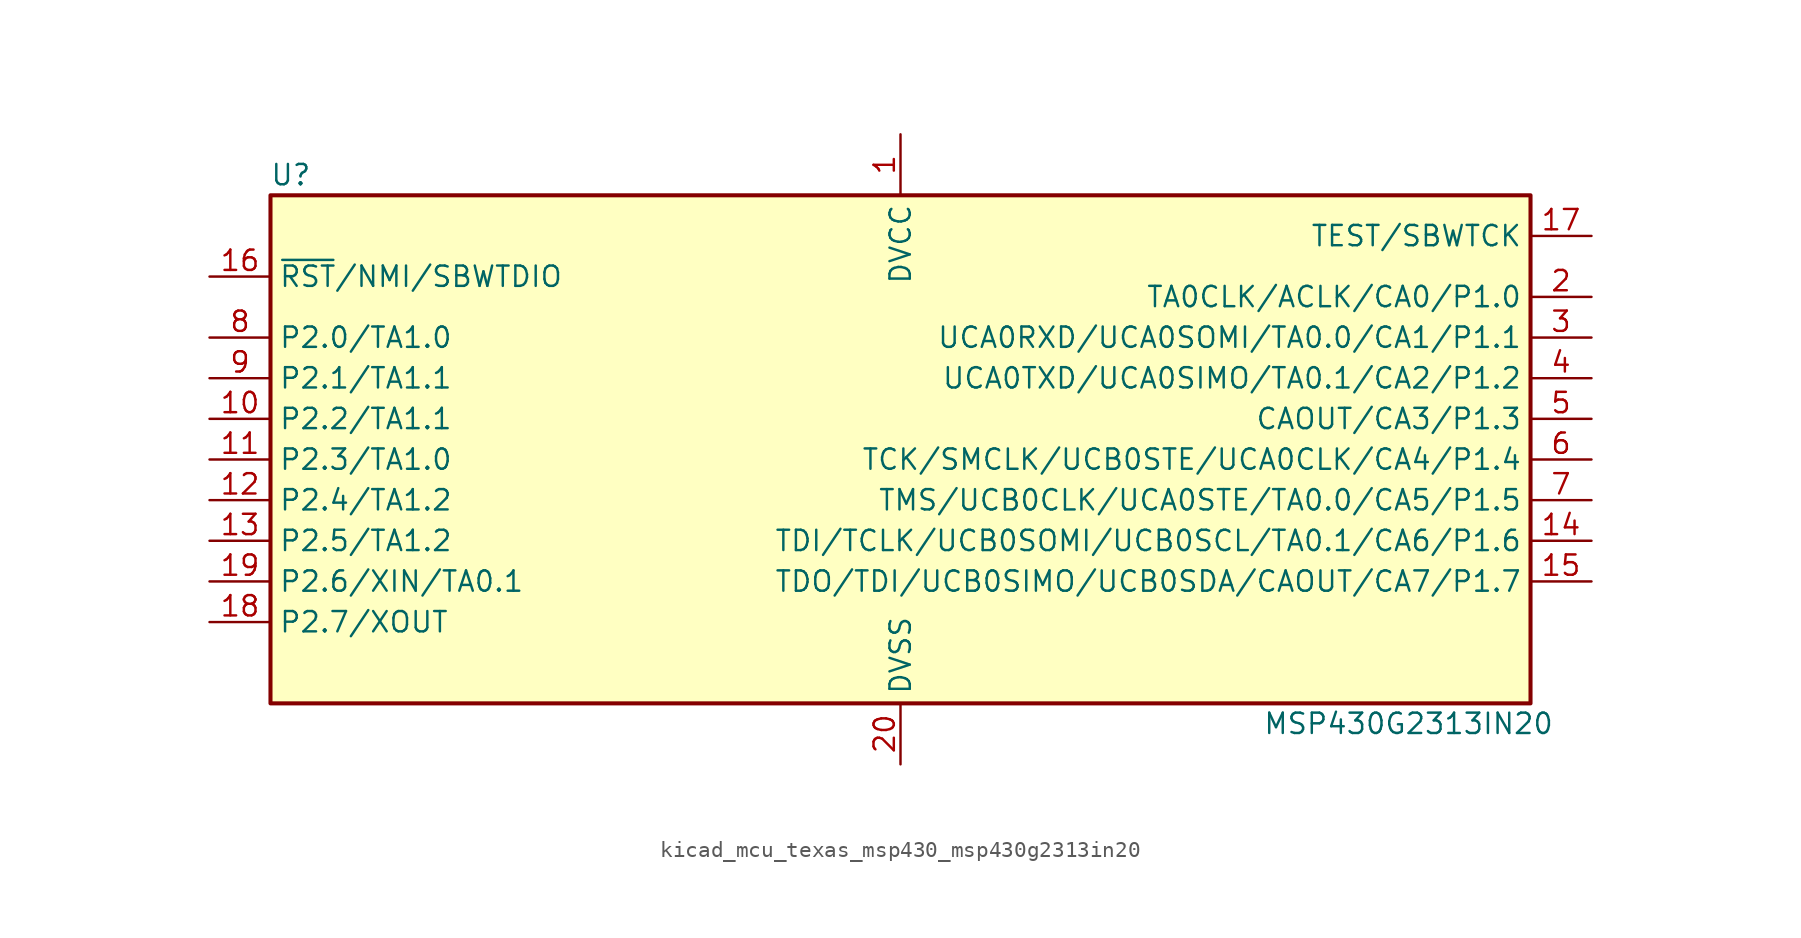
<source format=kicad_sym>
(kicad_symbol_lib
  (version 20220914)
  (generator kicad_symbol_editor)
  (symbol "kicad_mcu_texas_msp430_msp430g2313in20"
    (property "Reference" "U"
      (at -38.1 17.78 0)
      (effects (font (size 1.27 1.27))))
    (property "Value" "MSP430G2313IN20"
      (at 31.75 -16.51 0)
      (effects (font (size 1.27 1.27))))
    (symbol "kicad_mcu_texas_msp430_msp430g2313in20_0_1"
      (rectangle (start -39.37 16.51) (end 39.37 -15.24) (stroke (width 0.254) (type default)) (fill (type background))))
    (symbol "kicad_mcu_texas_msp430_msp430g2313in20_1_1"
      (pin power_in line (at 0 20.32 270) (length 3.81) (name "DVCC" (effects (font (size 1.27 1.27)))) (number "1" (effects (font (size 1.27 1.27)))))
      (pin bidirectional line (at -43.18 2.54 0) (length 3.81) (name "P2.2/TA1.1" (effects (font (size 1.27 1.27)))) (number "10" (effects (font (size 1.27 1.27)))))
      (pin bidirectional line (at -43.18 0 0) (length 3.81) (name "P2.3/TA1.0" (effects (font (size 1.27 1.27)))) (number "11" (effects (font (size 1.27 1.27)))))
      (pin bidirectional line (at -43.18 -2.54 0) (length 3.81) (name "P2.4/TA1.2" (effects (font (size 1.27 1.27)))) (number "12" (effects (font (size 1.27 1.27)))))
      (pin bidirectional line (at -43.18 -5.08 0) (length 3.81) (name "P2.5/TA1.2" (effects (font (size 1.27 1.27)))) (number "13" (effects (font (size 1.27 1.27)))))
      (pin bidirectional line (at 43.18 -5.08 180) (length 3.81) (name "TDI/TCLK/UCB0SOMI/UCB0SCL/TA0.1/CA6/P1.6" (effects (font (size 1.27 1.27)))) (number "14" (effects (font (size 1.27 1.27)))))
      (pin bidirectional line (at 43.18 -7.62 180) (length 3.81) (name "TDO/TDI/UCB0SIMO/UCB0SDA/CAOUT/CA7/P1.7" (effects (font (size 1.27 1.27)))) (number "15" (effects (font (size 1.27 1.27)))))
      (pin input line (at -43.18 11.43 0) (length 3.81) (name "~{RST}/NMI/SBWTDIO" (effects (font (size 1.27 1.27)))) (number "16" (effects (font (size 1.27 1.27)))))
      (pin input line (at 43.18 13.97 180) (length 3.81) (name "TEST/SBWTCK" (effects (font (size 1.27 1.27)))) (number "17" (effects (font (size 1.27 1.27)))))
      (pin bidirectional line (at -43.18 -10.16 0) (length 3.81) (name "P2.7/XOUT" (effects (font (size 1.27 1.27)))) (number "18" (effects (font (size 1.27 1.27)))))
      (pin bidirectional line (at -43.18 -7.62 0) (length 3.81) (name "P2.6/XIN/TA0.1" (effects (font (size 1.27 1.27)))) (number "19" (effects (font (size 1.27 1.27)))))
      (pin bidirectional line (at 43.18 10.16 180) (length 3.81) (name "TA0CLK/ACLK/CA0/P1.0" (effects (font (size 1.27 1.27)))) (number "2" (effects (font (size 1.27 1.27)))))
      (pin power_in line (at 0 -19.05 90) (length 3.81) (name "DVSS" (effects (font (size 1.27 1.27)))) (number "20" (effects (font (size 1.27 1.27)))))
      (pin bidirectional line (at 43.18 7.62 180) (length 3.81) (name "UCA0RXD/UCA0SOMI/TA0.0/CA1/P1.1" (effects (font (size 1.27 1.27)))) (number "3" (effects (font (size 1.27 1.27)))))
      (pin bidirectional line (at 43.18 5.08 180) (length 3.81) (name "UCA0TXD/UCA0SIMO/TA0.1/CA2/P1.2" (effects (font (size 1.27 1.27)))) (number "4" (effects (font (size 1.27 1.27)))))
      (pin bidirectional line (at 43.18 2.54 180) (length 3.81) (name "CAOUT/CA3/P1.3" (effects (font (size 1.27 1.27)))) (number "5" (effects (font (size 1.27 1.27)))))
      (pin bidirectional line (at 43.18 0 180) (length 3.81) (name "TCK/SMCLK/UCB0STE/UCA0CLK/CA4/P1.4" (effects (font (size 1.27 1.27)))) (number "6" (effects (font (size 1.27 1.27)))))
      (pin bidirectional line (at 43.18 -2.54 180) (length 3.81) (name "TMS/UCB0CLK/UCA0STE/TA0.0/CA5/P1.5" (effects (font (size 1.27 1.27)))) (number "7" (effects (font (size 1.27 1.27)))))
      (pin bidirectional line (at -43.18 7.62 0) (length 3.81) (name "P2.0/TA1.0" (effects (font (size 1.27 1.27)))) (number "8" (effects (font (size 1.27 1.27)))))
      (pin bidirectional line (at -43.18 5.08 0) (length 3.81) (name "P2.1/TA1.1" (effects (font (size 1.27 1.27)))) (number "9" (effects (font (size 1.27 1.27))))))))
</source>
